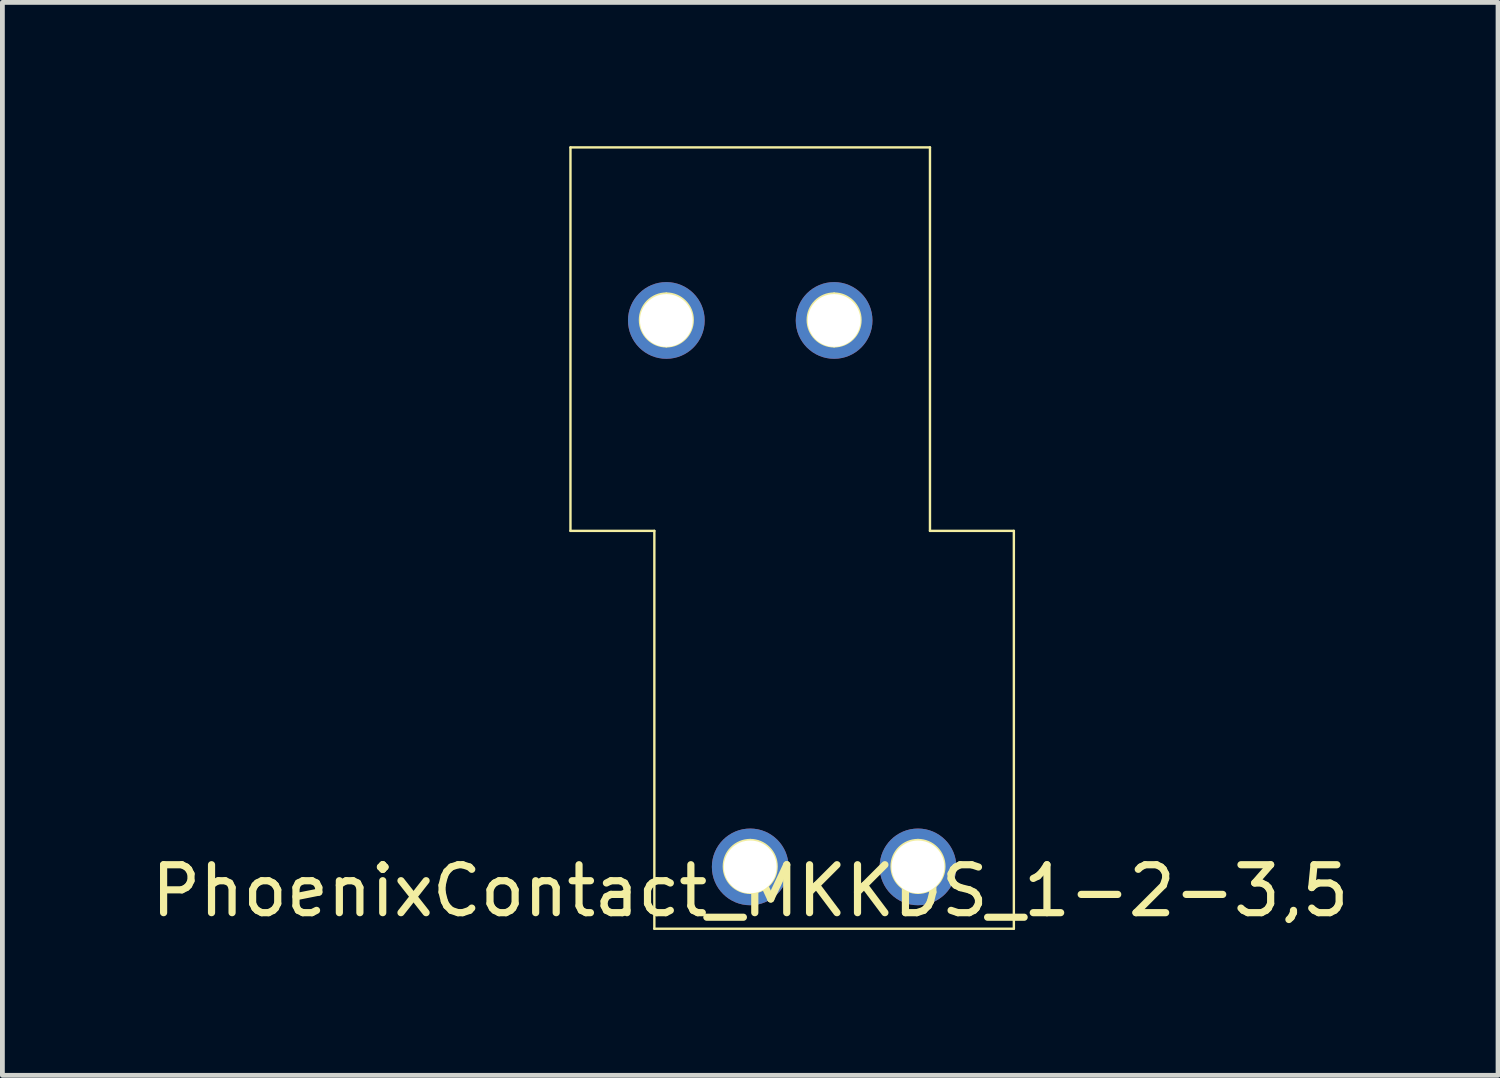
<source format=kicad_pcb>
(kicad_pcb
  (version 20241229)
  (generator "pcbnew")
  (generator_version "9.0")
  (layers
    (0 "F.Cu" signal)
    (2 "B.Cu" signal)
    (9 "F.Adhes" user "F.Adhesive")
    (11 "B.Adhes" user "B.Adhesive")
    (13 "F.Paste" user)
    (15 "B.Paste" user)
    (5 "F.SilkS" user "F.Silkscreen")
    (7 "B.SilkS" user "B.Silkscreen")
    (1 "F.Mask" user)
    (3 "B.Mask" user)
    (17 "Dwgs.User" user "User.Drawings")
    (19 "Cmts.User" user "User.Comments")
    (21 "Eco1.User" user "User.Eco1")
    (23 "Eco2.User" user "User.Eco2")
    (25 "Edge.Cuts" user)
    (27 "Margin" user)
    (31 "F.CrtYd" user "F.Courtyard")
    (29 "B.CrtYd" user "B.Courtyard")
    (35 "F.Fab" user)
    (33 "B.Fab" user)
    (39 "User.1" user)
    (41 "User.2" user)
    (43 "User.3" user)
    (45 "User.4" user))
  (footprint "PhoenixContact_MKKDS_1-2-3,5"
    (layer "F.Cu")
    (at 12.601 15.035)
    (property "Reference" "PhoenixContact_MKKDS_1-2-3,5" (at 0 0.5 0) (layer "F.SilkS") (effects (font (size 1 1) (thickness 0.15))))
    (attr through_hole)
    (fp_line (start -3.75 -15.01) (end -3.75 -7.01) (stroke (width 0.05) (type solid)) (layer "F.SilkS"))
    (fp_line (start -2.2 -11.66) (end -2.2 -11.16) (stroke (width 0.05) (type solid)) (layer "F.SilkS"))
    (fp_line (start -2.2 -11.66) (end -1.932 -11.66) (stroke (width 0.05) (type solid)) (layer "F.SilkS"))
    (fp_line (start -2 -7.01) (end -3.75 -7.01) (stroke (width 0.05) (type solid)) (layer "F.SilkS"))
    (fp_line (start -2 1.29) (end -2 -7.01) (stroke (width 0.05) (type solid)) (layer "F.SilkS"))
    (fp_line (start -2 1.29) (end 5.5 1.29) (stroke (width 0.05) (type solid)) (layer "F.SilkS"))
    (fp_line (start -1.932 -11.66) (end -1.932 -11.16) (stroke (width 0.05) (type solid)) (layer "F.SilkS"))
    (fp_line (start -1.932 -11.66) (end -1.568 -11.66) (stroke (width 0.05) (type solid)) (layer "F.SilkS"))
    (fp_line (start -1.932 -11.16) (end -2.2 -11.16) (stroke (width 0.05) (type solid)) (layer "F.SilkS"))
    (fp_line (start -1.568 -11.16) (end -1.932 -11.16) (stroke (width 0.05) (type solid)) (layer "F.SilkS"))
    (fp_line (start -1.568 -11.16) (end -1.568 -11.66) (stroke (width 0.05) (type solid)) (layer "F.SilkS"))
    (fp_line (start -1.3 -11.66) (end -1.568 -11.66) (stroke (width 0.05) (type solid)) (layer "F.SilkS"))
    (fp_line (start -1.3 -11.66) (end -1.3 -11.16) (stroke (width 0.05) (type solid)) (layer "F.SilkS"))
    (fp_line (start -1.3 -11.16) (end -1.568 -11.16) (stroke (width 0.05) (type solid)) (layer "F.SilkS"))
    (fp_line (start -0.45 -0.26) (end -0.182 -0.26) (stroke (width 0.05) (type solid)) (layer "F.SilkS"))
    (fp_line (start -0.45 0.24) (end -0.182 0.24) (stroke (width 0.05) (type solid)) (layer "F.SilkS"))
    (fp_line (start -0.182 0.24) (end -0.182 -0.26) (stroke (width 0.05) (type solid)) (layer "F.SilkS"))
    (fp_line (start -0.182 0.24) (end 0.182 0.24) (stroke (width 0.05) (type solid)) (layer "F.SilkS"))
    (fp_line (start 0.182 -0.26) (end -0.182 -0.26) (stroke (width 0.05) (type solid)) (layer "F.SilkS"))
    (fp_line (start 0.182 -0.26) (end 0.182 0.24) (stroke (width 0.05) (type solid)) (layer "F.SilkS"))
    (fp_line (start 0.182 -0.26) (end 0.45 -0.26) (stroke (width 0.05) (type solid)) (layer "F.SilkS"))
    (fp_line (start 0.45 -0.26) (end 0.45 0.24) (stroke (width 0.05) (type solid)) (layer "F.SilkS"))
    (fp_line (start 0.45 0.24) (end 0.182 0.24) (stroke (width 0.05) (type solid)) (layer "F.SilkS"))
    (fp_line (start 1.3 -11.66) (end 1.3 -11.16) (stroke (width 0.05) (type solid)) (layer "F.SilkS"))
    (fp_line (start 1.3 -11.16) (end 1.568 -11.16) (stroke (width 0.05) (type solid)) (layer "F.SilkS"))
    (fp_line (start 1.568 -11.66) (end 1.3 -11.66) (stroke (width 0.05) (type solid)) (layer "F.SilkS"))
    (fp_line (start 1.568 -11.66) (end 1.568 -11.16) (stroke (width 0.05) (type solid)) (layer "F.SilkS"))
    (fp_line (start 1.568 -11.16) (end 1.932 -11.16) (stroke (width 0.05) (type solid)) (layer "F.SilkS"))
    (fp_line (start 1.932 -11.66) (end 1.568 -11.66) (stroke (width 0.05) (type solid)) (layer "F.SilkS"))
    (fp_line (start 1.932 -11.66) (end 1.932 -11.16) (stroke (width 0.05) (type solid)) (layer "F.SilkS"))
    (fp_line (start 2.2 -11.66) (end 1.932 -11.66) (stroke (width 0.05) (type solid)) (layer "F.SilkS"))
    (fp_line (start 2.2 -11.66) (end 2.2 -11.16) (stroke (width 0.05) (type solid)) (layer "F.SilkS"))
    (fp_line (start 2.2 -11.16) (end 1.932 -11.16) (stroke (width 0.05) (type solid)) (layer "F.SilkS"))
    (fp_line (start 3.05 -0.26) (end 3.318 -0.26) (stroke (width 0.05) (type solid)) (layer "F.SilkS"))
    (fp_line (start 3.05 0.24) (end 3.05 -0.26) (stroke (width 0.05) (type solid)) (layer "F.SilkS"))
    (fp_line (start 3.318 -0.26) (end 3.318 0.24) (stroke (width 0.05) (type solid)) (layer "F.SilkS"))
    (fp_line (start 3.318 0.24) (end 3.05 0.24) (stroke (width 0.05) (type solid)) (layer "F.SilkS"))
    (fp_line (start 3.682 -0.26) (end 3.318 -0.26) (stroke (width 0.05) (type solid)) (layer "F.SilkS"))
    (fp_line (start 3.682 0.24) (end 3.318 0.24) (stroke (width 0.05) (type solid)) (layer "F.SilkS"))
    (fp_line (start 3.682 0.24) (end 3.682 -0.26) (stroke (width 0.05) (type solid)) (layer "F.SilkS"))
    (fp_line (start 3.75 -15.01) (end -3.75 -15.01) (stroke (width 0.05) (type solid)) (layer "F.SilkS"))
    (fp_line (start 3.75 -15.01) (end 3.75 -7.01) (stroke (width 0.05) (type solid)) (layer "F.SilkS"))
    (fp_line (start 3.75 -7.01) (end 5.5 -7.01) (stroke (width 0.05) (type solid)) (layer "F.SilkS"))
    (fp_line (start 3.95 -0.26) (end 3.682 -0.26) (stroke (width 0.05) (type solid)) (layer "F.SilkS"))
    (fp_line (start 3.95 -0.26) (end 3.95 0.24) (stroke (width 0.05) (type solid)) (layer "F.SilkS"))
    (fp_line (start 3.95 0.24) (end 3.682 0.24) (stroke (width 0.05) (type solid)) (layer "F.SilkS"))
    (fp_line (start 5.5 1.29) (end 5.5 -7.01) (stroke (width 0.05) (type solid)) (layer "F.SilkS"))
    (fp_arc (start -1.75 -11.96) (mid -1.2 -11.41) (end -1.75 -10.86) (stroke (width 0.05) (type solid)) (layer "F.SilkS"))
    (fp_arc (start -1.75 -10.86) (mid -2.3 -11.41) (end -1.75 -11.96) (stroke (width 0.05) (type solid)) (layer "F.SilkS"))
    (fp_arc (start 0 -0.56) (mid 0.55 -0.01) (end 0 0.54) (stroke (width 0.05) (type solid)) (layer "F.SilkS"))
    (fp_arc (start 0 0.54) (mid -0.55 -0.01) (end 0 -0.56) (stroke (width 0.05) (type solid)) (layer "F.SilkS"))
    (fp_arc (start 1.75 -11.96) (mid 2.3 -11.41) (end 1.75 -10.86) (stroke (width 0.05) (type solid)) (layer "F.SilkS"))
    (fp_arc (start 1.75 -10.86) (mid 1.2 -11.41) (end 1.75 -11.96) (stroke (width 0.05) (type solid)) (layer "F.SilkS"))
    (fp_arc (start 3.5 -0.56) (mid 4.05 -0.01) (end 3.5 0.54) (stroke (width 0.05) (type solid)) (layer "F.SilkS"))
    (fp_arc (start 3.5 0.54) (mid 2.95 -0.01) (end 3.5 -0.56) (stroke (width 0.05) (type solid)) (layer "F.SilkS"))
    (pad "1" thru_hole circle (at 0 0) (size 1.6 1.6) (drill 1.1) (layers "*.Cu" "*.Mask"))
    (pad "2" thru_hole circle (at 3.5 0) (size 1.6 1.6) (drill 1.1) (layers "*.Cu" "*.Mask"))
    (pad "3" thru_hole circle (at -1.75 -11.4) (size 1.6 1.6) (drill 1.1) (layers "*.Cu" "*.Mask"))
    (pad "4" thru_hole circle (at 1.75 -11.4) (size 1.6 1.6) (drill 1.1) (layers "*.Cu" "*.Mask")))
  (gr_rect
    (start -3 -3)
    (end 28.202 19.383)
    (stroke (width 0.1) (type default))
    (fill no)
    (layer "Edge.Cuts")))
</source>
